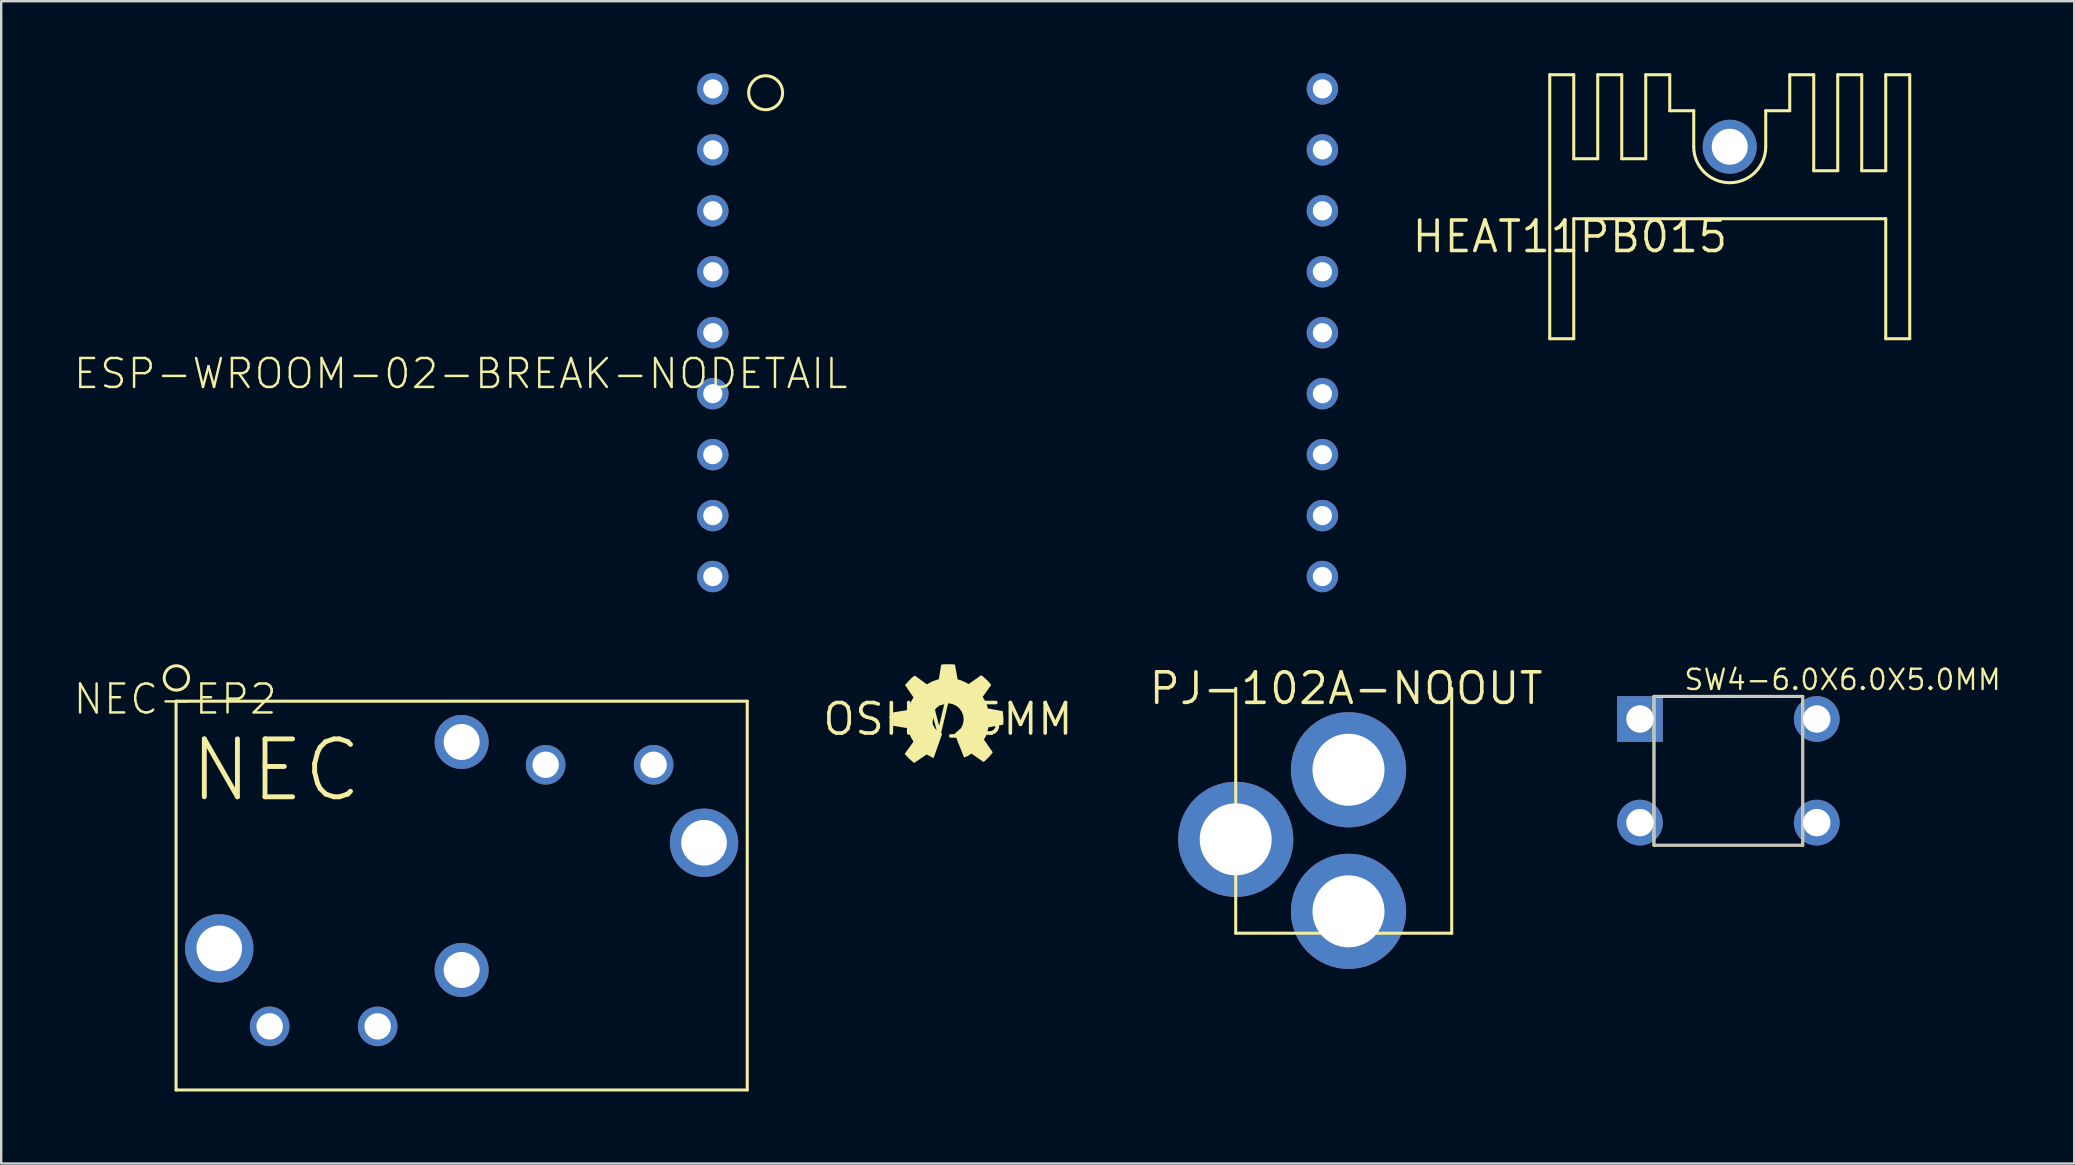
<source format=kicad_pcb>
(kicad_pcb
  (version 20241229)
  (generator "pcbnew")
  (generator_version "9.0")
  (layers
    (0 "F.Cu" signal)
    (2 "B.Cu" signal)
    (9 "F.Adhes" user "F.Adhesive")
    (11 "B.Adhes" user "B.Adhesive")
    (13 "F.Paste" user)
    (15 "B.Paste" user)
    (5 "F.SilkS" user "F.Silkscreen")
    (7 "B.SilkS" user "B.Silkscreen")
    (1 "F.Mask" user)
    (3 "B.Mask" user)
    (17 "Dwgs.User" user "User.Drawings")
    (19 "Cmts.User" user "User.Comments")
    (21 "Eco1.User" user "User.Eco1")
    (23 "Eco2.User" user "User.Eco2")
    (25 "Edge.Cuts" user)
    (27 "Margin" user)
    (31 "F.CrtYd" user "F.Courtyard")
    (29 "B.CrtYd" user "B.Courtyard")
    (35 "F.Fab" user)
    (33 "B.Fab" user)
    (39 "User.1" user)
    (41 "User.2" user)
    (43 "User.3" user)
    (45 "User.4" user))
  (footprint "OSHW_5MM"
    (layer "F.Cu")
    (at 36.449 26.914)
    (property "Reference" "OSHW_5MM" (at 0 0 0) (layer "F.SilkS") (effects (font (size 1.27 1.27) (thickness 0.15))))
    (attr through_hole)
    (fp_poly (pts (xy -0.241 0.61) (xy -0.402 0.522) (xy -0.533 0.394) (xy -0.623 0.234) (xy -0.666 0.056) (xy -0.657 -0.127) (xy -0.598 -0.301) (xy -0.493 -0.451) (xy -0.351 -0.567) (xy 0 -0.66) (xy 0.000001 -0.66) (xy 0.176 -0.633) (xy 0.338 -0.561) (xy 0.476 -0.448) (xy 0.579 -0.303) (xy 0.64 -0.135) (xy 0.655 0.042) (xy 0.622 0.217) (xy 0.545 0.377) (xy 0.279 0.61) (xy 0.673 1.6) (xy 0.826 1.537) (xy 0.978 1.435) (xy 1.486 1.791) (xy 1.587 1.702) (xy 1.676 1.613) (xy 1.778 1.499) (xy 1.867 1.384) (xy 1.499 0.851) (xy 1.587 0.699) (xy 1.638 0.546) (xy 1.689 0.343) (xy 2.311 0.229) (xy 2.311 0.051) (xy 2.311 -0.064) (xy 2.299 -0.203) (xy 2.286 -0.33) (xy 1.664 -0.445) (xy 1.613 -0.61) (xy 1.549 -0.749) (xy 1.46 -0.902) (xy 1.448 -0.927) (xy 1.803 -1.422) (xy 1.702 -1.549) (xy 1.575 -1.676) (xy 1.473 -1.765) (xy 1.384 -1.829) (xy 0.864 -1.46) (xy 0.749 -1.524) (xy 0.635 -1.575) (xy 0.521 -1.626) (xy 0.406 -1.651) (xy 0.292 -2.273) (xy 0.14 -2.286) (xy -0.038 -2.286) (xy -0.152 -2.286) (xy -0.279 -2.273) (xy -0.381 -1.664) (xy -0.572 -1.6) (xy -0.699 -1.549) (xy -0.876 -1.448) (xy -1.384 -1.816) (xy -1.499 -1.727) (xy -1.626 -1.6) (xy -1.727 -1.486) (xy -1.791 -1.422) (xy -1.435 -0.902) (xy -1.511 -0.775) (xy -1.587 -0.61) (xy -1.626 -0.47) (xy -1.664 -0.381) (xy -2.286 -0.279) (xy -2.286 0.279) (xy -1.664 0.381) (xy -1.613 0.559) (xy -1.575 0.686) (xy -1.524 0.787) (xy -1.435 0.94) (xy -1.803 1.448) (xy -1.702 1.562) (xy -1.613 1.651) (xy -1.499 1.753) (xy -1.41 1.829) (xy -0.889 1.473) (xy -0.597 1.626)) (stroke (width 0) (type solid)) (fill yes) (layer "F.SilkS")))
  (footprint "HEAT11PB015"
    (layer "F.Cu")
    (at 69.025 6.064)
    (property "Reference" "HEAT11PB015" (at 0 0 0) (layer "F.SilkS") (effects (font (size 1.27 1.27) (thickness 0.15)) (justify right top)))
    (attr through_hole)
    (fp_line (start -7.5 -6) (end -6.5 -6) (stroke (width 0.127) (type solid)) (layer "F.SilkS"))
    (fp_line (start -7.5 5) (end -7.5 -6) (stroke (width 0.127) (type solid)) (layer "F.SilkS"))
    (fp_line (start -6.5 -6) (end -6.5 -2.5) (stroke (width 0.127) (type solid)) (layer "F.SilkS"))
    (fp_line (start -6.5 -2.5) (end -5.5 -2.5) (stroke (width 0.127) (type solid)) (layer "F.SilkS"))
    (fp_line (start -6.5 0) (end -6.5 5) (stroke (width 0.127) (type solid)) (layer "F.SilkS"))
    (fp_line (start -6.5 5) (end -7.5 5) (stroke (width 0.127) (type solid)) (layer "F.SilkS"))
    (fp_line (start -5.5 -6) (end -4.5 -6) (stroke (width 0.127) (type solid)) (layer "F.SilkS"))
    (fp_line (start -5.5 -2.5) (end -5.5 -6) (stroke (width 0.127) (type solid)) (layer "F.SilkS"))
    (fp_line (start -4.5 -6) (end -4.5 -2.5) (stroke (width 0.127) (type solid)) (layer "F.SilkS"))
    (fp_line (start -4.5 -2.5) (end -3.5 -2.5) (stroke (width 0.127) (type solid)) (layer "F.SilkS"))
    (fp_line (start -3.5 -6) (end -2.5 -6) (stroke (width 0.127) (type solid)) (layer "F.SilkS"))
    (fp_line (start -3.5 -2.5) (end -3.5 -6) (stroke (width 0.127) (type solid)) (layer "F.SilkS"))
    (fp_line (start -2.5 -6) (end -2.5 -4.5) (stroke (width 0.127) (type solid)) (layer "F.SilkS"))
    (fp_line (start -2.5 -4.5) (end -1.5 -4.5) (stroke (width 0.127) (type solid)) (layer "F.SilkS"))
    (fp_line (start -1.5 -4.5) (end -1.5 -3) (stroke (width 0.127) (type solid)) (layer "F.SilkS"))
    (fp_line (start 1.5 -4.5) (end 2.5 -4.5) (stroke (width 0.127) (type solid)) (layer "F.SilkS"))
    (fp_line (start 1.5 -3) (end 1.5 -4.5) (stroke (width 0.127) (type solid)) (layer "F.SilkS"))
    (fp_line (start 2.5 -6) (end 3.5 -6) (stroke (width 0.127) (type solid)) (layer "F.SilkS"))
    (fp_line (start 2.5 -4.5) (end 2.5 -6) (stroke (width 0.127) (type solid)) (layer "F.SilkS"))
    (fp_line (start 3.5 -6) (end 3.5 -2) (stroke (width 0.127) (type solid)) (layer "F.SilkS"))
    (fp_line (start 3.5 -2) (end 4.5 -2) (stroke (width 0.127) (type solid)) (layer "F.SilkS"))
    (fp_line (start 4.5 -6) (end 5.5 -6) (stroke (width 0.127) (type solid)) (layer "F.SilkS"))
    (fp_line (start 4.5 -2) (end 4.5 -6) (stroke (width 0.127) (type solid)) (layer "F.SilkS"))
    (fp_line (start 5.5 -6) (end 5.5 -2) (stroke (width 0.127) (type solid)) (layer "F.SilkS"))
    (fp_line (start 5.5 -2) (end 6.5 -2) (stroke (width 0.127) (type solid)) (layer "F.SilkS"))
    (fp_line (start 6.5 -6) (end 7.5 -6) (stroke (width 0.127) (type solid)) (layer "F.SilkS"))
    (fp_line (start 6.5 -2) (end 6.5 -6) (stroke (width 0.127) (type solid)) (layer "F.SilkS"))
    (fp_line (start 6.5 0) (end -6.5 0) (stroke (width 0.127) (type solid)) (layer "F.SilkS"))
    (fp_line (start 6.5 5) (end 6.5 0) (stroke (width 0.127) (type solid)) (layer "F.SilkS"))
    (fp_line (start 7.5 -6) (end 7.5 5) (stroke (width 0.127) (type solid)) (layer "F.SilkS"))
    (fp_line (start 7.5 5) (end 6.5 5) (stroke (width 0.127) (type solid)) (layer "F.SilkS"))
    (fp_arc (start 1.5 -3) (mid 0 -1.5) (end -1.5 -3) (stroke (width 0.127) (type solid)) (layer "F.SilkS"))
    (pad "P$1" thru_hole circle (at 0 -3) (size 2.25 2.25) (drill 1.5) (layers "*.Cu" "*.Mask")))
  (footprint "ESP-WROOM-02-BREAK-NODETAIL"
    (layer "F.Cu")
    (at 39.352 10.814)
    (property "Reference" "ESP-WROOM-02-BREAK-NODETAIL" (at -7 1 0) (layer "F.SilkS") (effects (font (size 1.206 1.206) (thickness 0.102)) (justify right top)))
    (attr through_hole)
    (fp_circle (center -10.5 -10) (end -9.793 -10) (stroke (width 0.127) (type solid)) (fill no) (layer "F.SilkS"))
    (pad "P$1" thru_hole circle (at -12.7 -10.16) (size 1.308 1.308) (drill 0.8) (layers "*.Cu" "*.Mask"))
    (pad "P$2" thru_hole circle (at -12.7 -7.62) (size 1.308 1.308) (drill 0.8) (layers "*.Cu" "*.Mask"))
    (pad "P$3" thru_hole circle (at -12.7 -5.08) (size 1.308 1.308) (drill 0.8) (layers "*.Cu" "*.Mask"))
    (pad "P$4" thru_hole circle (at -12.7 -2.54) (size 1.308 1.308) (drill 0.8) (layers "*.Cu" "*.Mask"))
    (pad "P$5" thru_hole circle (at -12.7 0) (size 1.308 1.308) (drill 0.8) (layers "*.Cu" "*.Mask"))
    (pad "P$6" thru_hole circle (at -12.7 2.54) (size 1.308 1.308) (drill 0.8) (layers "*.Cu" "*.Mask"))
    (pad "P$7" thru_hole circle (at -12.7 5.08) (size 1.308 1.308) (drill 0.8) (layers "*.Cu" "*.Mask"))
    (pad "P$8" thru_hole circle (at -12.7 7.62) (size 1.308 1.308) (drill 0.8) (layers "*.Cu" "*.Mask"))
    (pad "P$9" thru_hole circle (at -12.7 10.16) (size 1.308 1.308) (drill 0.8) (layers "*.Cu" "*.Mask"))
    (pad "P$10" thru_hole circle (at 12.7 10.16 180) (size 1.308 1.308) (drill 0.8) (layers "*.Cu" "*.Mask"))
    (pad "P$11" thru_hole circle (at 12.7 7.62 180) (size 1.308 1.308) (drill 0.8) (layers "*.Cu" "*.Mask"))
    (pad "P$12" thru_hole circle (at 12.7 5.08 180) (size 1.308 1.308) (drill 0.8) (layers "*.Cu" "*.Mask"))
    (pad "P$13" thru_hole circle (at 12.7 2.54 180) (size 1.308 1.308) (drill 0.8) (layers "*.Cu" "*.Mask"))
    (pad "P$14" thru_hole circle (at 12.7 0 180) (size 1.308 1.308) (drill 0.8) (layers "*.Cu" "*.Mask"))
    (pad "P$15" thru_hole circle (at 12.7 -2.54 180) (size 1.308 1.308) (drill 0.8) (layers "*.Cu" "*.Mask"))
    (pad "P$16" thru_hole circle (at 12.7 -5.08 180) (size 1.308 1.308) (drill 0.8) (layers "*.Cu" "*.Mask"))
    (pad "P$17" thru_hole circle (at 12.7 -7.62 180) (size 1.308 1.308) (drill 0.8) (layers "*.Cu" "*.Mask"))
    (pad "P$18" thru_hole circle (at 12.7 -10.16 180) (size 1.308 1.308) (drill 0.8) (layers "*.Cu" "*.Mask")))
  (footprint "PJ-102A-NOOUT"
    (layer "F.Cu")
    (at 53.04 25.634)
    (property "Reference" "PJ-102A-NOOUT" (at 0 0 0) (layer "F.SilkS") (effects (font (size 1.27 1.27) (thickness 0.15))))
    (attr through_hole)
    (fp_line (start -4.6 10.2) (end -4.6 0) (stroke (width 0.127) (type solid)) (layer "F.SilkS"))
    (fp_line (start 4.4 0) (end 4.4 10.2) (stroke (width 0.127) (type solid)) (layer "F.SilkS"))
    (fp_line (start 4.4 10.2) (end -4.6 10.2) (stroke (width 0.127) (type solid)) (layer "F.SilkS"))
    (pad "RING" thru_hole circle (at 0.1 3.39 180) (size 4.8 4.8) (drill 3) (layers "*.Cu" "*.Mask"))
    (pad "RING_SW" thru_hole circle (at -4.6 6.29 180) (size 4.8 4.8) (drill 3) (layers "*.Cu" "*.Mask"))
    (pad "TIP" thru_hole circle (at 0.1 9.29 180) (size 4.8 4.8) (drill 3) (layers "*.Cu" "*.Mask")))
  (footprint "NEC-EP2"
    (layer "F.Cu")
    (at 16.186 34.267)
    (property "Reference" "NEC-EP2" (at -7.62 -8.89 0) (layer "F.SilkS") (effects (font (size 1.206 1.206) (thickness 0.102)) (justify right top)))
    (attr through_hole)
    (fp_line (start -11.9 -8.1) (end 11.9 -8.1) (stroke (width 0.127) (type solid)) (layer "F.SilkS"))
    (fp_line (start -11.9 8.1) (end -11.9 -8.1) (stroke (width 0.127) (type solid)) (layer "F.SilkS"))
    (fp_line (start 11.9 -8.1) (end 11.9 8.1) (stroke (width 0.127) (type solid)) (layer "F.SilkS"))
    (fp_line (start 11.9 8.1) (end -11.9 8.1) (stroke (width 0.127) (type solid)) (layer "F.SilkS"))
    (fp_circle (center -11.887 -9.068) (end -11.379 -9.068) (stroke (width 0.127) (type solid)) (fill no) (layer "F.SilkS"))
    (fp_text user "NEC" (at -11.43 -3.81 0) (layer "F.SilkS") (effects (font (size 2.413 2.413) (thickness 0.203)) (justify left bottom)))
    (pad "P$1" thru_hole circle (at -10.1 2.2) (size 2.85 2.85) (drill 1.9) (layers "*.Cu" "*.Mask"))
    (pad "P$2" thru_hole circle (at -8 5.45) (size 1.65 1.65) (drill 1.1) (layers "*.Cu" "*.Mask"))
    (pad "P$3" thru_hole circle (at -3.5 5.45) (size 1.65 1.65) (drill 1.1) (layers "*.Cu" "*.Mask"))
    (pad "P$4" thru_hole circle (at 0 3.1) (size 2.25 2.25) (drill 1.5) (layers "*.Cu" "*.Mask"))
    (pad "P$5" thru_hole circle (at 0 -6.4) (size 2.25 2.25) (drill 1.5) (layers "*.Cu" "*.Mask"))
    (pad "P$6" thru_hole circle (at 3.5 -5.45) (size 1.65 1.65) (drill 1.1) (layers "*.Cu" "*.Mask"))
    (pad "P$7" thru_hole circle (at 8 -5.45) (size 1.65 1.65) (drill 1.1) (layers "*.Cu" "*.Mask"))
    (pad "P$8" thru_hole circle (at 10.1 -2.2) (size 2.85 2.85) (drill 1.9) (layers "*.Cu" "*.Mask")))
  (footprint "SW4-6.0X6.0X5.0MM"
    (layer "F.Cu")
    (at 68.968 29.068)
    (property "Reference" "SW4-6.0X6.0X5.0MM" (at -1.905 -3.302 0) (layer "F.SilkS") (effects (font (size 0.845 0.845) (thickness 0.098)) (justify left bottom)))
    (attr through_hole)
    (fp_line (start -3.1 -3.1) (end 3.1 -3.1) (stroke (width 0.127) (type solid)) (layer "F.SilkS"))
    (fp_line (start -3.1 3.1) (end -3.1 -3.1) (stroke (width 0.127) (type solid)) (layer "F.SilkS"))
    (fp_line (start 3.1 -3.1) (end 3.1 3.1) (stroke (width 0.127) (type solid)) (layer "F.SilkS"))
    (fp_line (start 3.1 3.1) (end -3.1 3.1) (stroke (width 0.127) (type solid)) (layer "F.SilkS"))
    (fp_poly (pts (xy -3.1 3.1) (xy 3.1 3.1) (xy 3.1 -3.1) (xy -3.1 -3.1)) (stroke (width 0.1) (type solid)) (fill no) (layer "Dwgs.User"))
    (pad "1" thru_hole rect (at -3.683 -2.159) (size 1.905 1.905) (drill 1.143) (layers "*.Cu" "*.Mask"))
    (pad "2" thru_hole circle (at -3.683 2.159) (size 1.905 1.905) (drill 1.143) (layers "*.Cu" "*.Mask"))
    (pad "3" thru_hole circle (at 3.683 2.159) (size 1.905 1.905) (drill 1.143) (layers "*.Cu" "*.Mask"))
    (pad "4" thru_hole circle (at 3.683 -2.159) (size 1.905 1.905) (drill 1.143) (layers "*.Cu" "*.Mask")))
  (gr_rect
    (start -3 -3)
    (end 83.379 45.431)
    (stroke (width 0.1) (type default))
    (fill no)
    (layer "Edge.Cuts")))
</source>
